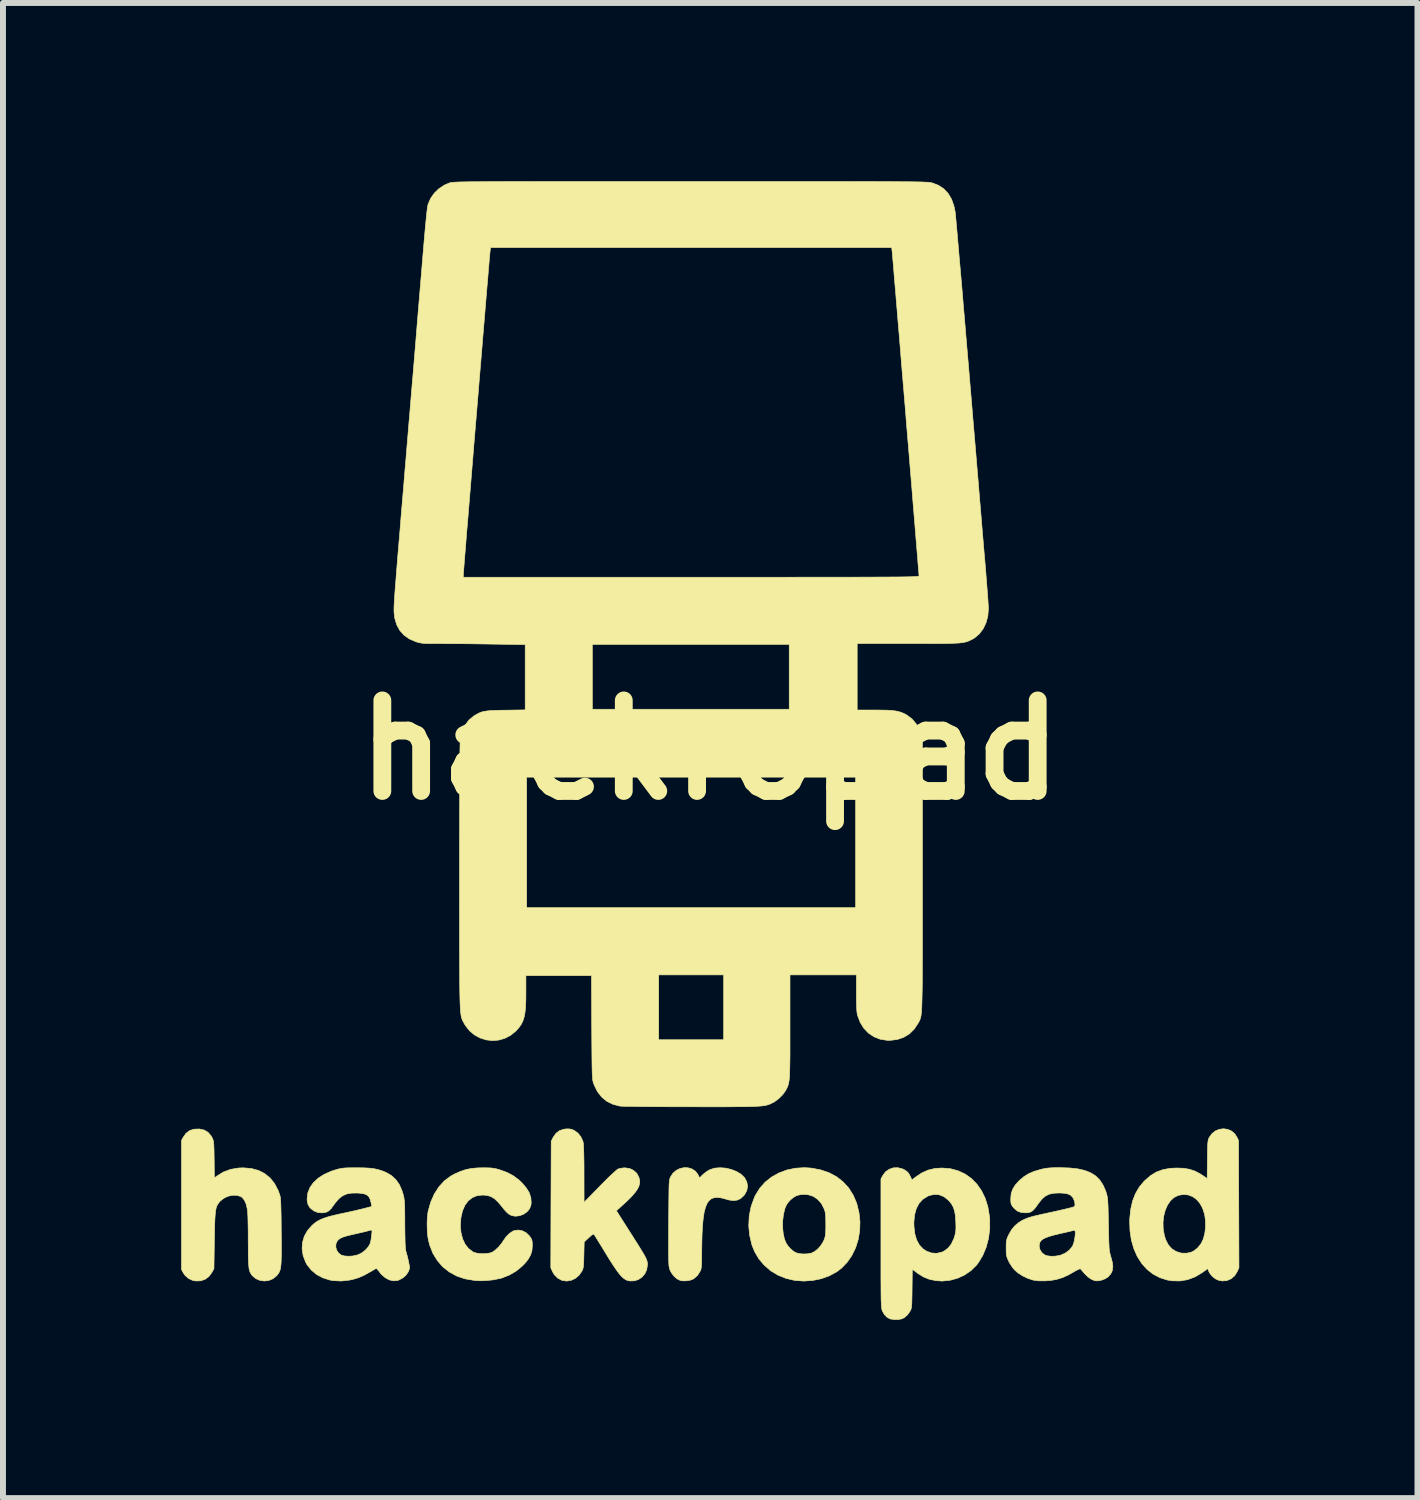
<source format=kicad_pcb>
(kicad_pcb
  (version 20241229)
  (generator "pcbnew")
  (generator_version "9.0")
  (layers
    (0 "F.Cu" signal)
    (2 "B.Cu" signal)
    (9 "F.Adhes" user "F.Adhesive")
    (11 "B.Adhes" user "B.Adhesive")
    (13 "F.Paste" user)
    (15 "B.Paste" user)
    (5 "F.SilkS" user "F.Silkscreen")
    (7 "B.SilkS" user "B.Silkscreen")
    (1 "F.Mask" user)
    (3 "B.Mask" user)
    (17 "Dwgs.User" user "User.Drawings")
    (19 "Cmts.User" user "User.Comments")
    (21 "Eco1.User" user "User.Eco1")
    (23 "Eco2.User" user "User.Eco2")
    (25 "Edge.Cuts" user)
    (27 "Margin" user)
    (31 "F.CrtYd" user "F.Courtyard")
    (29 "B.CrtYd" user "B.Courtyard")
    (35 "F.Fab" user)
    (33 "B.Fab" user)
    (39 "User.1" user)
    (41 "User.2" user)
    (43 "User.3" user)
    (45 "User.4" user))
  (footprint "hackropad"
    (layer "F.Cu")
    (at 8.901 9.574)
    (property "Reference" "hackropad" (at 0 0 0) (layer "F.SilkS") (effects (font (size 1.524 1.524) (thickness 0.3))))
    (attr through_hole)
    (fp_poly (pts (xy -0.37 7.032) (xy -0.306 7.051) (xy -0.249 7.087) (xy -0.206 7.141) (xy -0.198 7.156) (xy -0.176 7.202) (xy -0.123 7.149) (xy -0.079 7.112) (xy -0.027 7.077) (xy 0 7.063) (xy 0.079 7.038) (xy 0.169 7.031) (xy 0.264 7.038) (xy 0.358 7.06) (xy 0.445 7.094) (xy 0.521 7.14) (xy 0.579 7.196) (xy 0.584 7.203) (xy 0.62 7.272) (xy 0.632 7.344) (xy 0.619 7.416) (xy 0.582 7.484) (xy 0.568 7.501) (xy 0.518 7.548) (xy 0.462 7.575) (xy 0.399 7.584) (xy 0.323 7.575) (xy 0.262 7.558) (xy 0.19 7.539) (xy 0.127 7.531) (xy 0.072 7.535) (xy 0.024 7.552) (xy -0.016 7.584) (xy -0.049 7.631) (xy -0.076 7.696) (xy -0.098 7.778) (xy -0.114 7.88) (xy -0.126 8.002) (xy -0.134 8.147) (xy -0.138 8.314) (xy -0.14 8.471) (xy -0.14 8.559) (xy -0.141 8.626) (xy -0.144 8.676) (xy -0.147 8.713) (xy -0.153 8.74) (xy -0.16 8.762) (xy -0.164 8.769) (xy -0.209 8.842) (xy -0.27 8.896) (xy -0.292 8.909) (xy -0.341 8.926) (xy -0.403 8.935) (xy -0.463 8.935) (xy -0.502 8.928) (xy -0.56 8.899) (xy -0.613 8.85) (xy -0.656 8.79) (xy -0.673 8.754) (xy -0.679 8.738) (xy -0.683 8.722) (xy -0.687 8.704) (xy -0.691 8.682) (xy -0.693 8.652) (xy -0.695 8.614) (xy -0.696 8.565) (xy -0.697 8.504) (xy -0.698 8.426) (xy -0.697 8.332) (xy -0.697 8.218) (xy -0.697 8.083) (xy -0.696 7.964) (xy -0.695 7.811) (xy -0.694 7.681) (xy -0.693 7.572) (xy -0.692 7.482) (xy -0.691 7.409) (xy -0.69 7.351) (xy -0.688 7.305) (xy -0.685 7.271) (xy -0.682 7.245) (xy -0.679 7.225) (xy -0.674 7.209) (xy -0.669 7.196) (xy -0.666 7.188) (xy -0.624 7.124) (xy -0.57 7.077) (xy -0.507 7.045) (xy -0.439 7.03) (xy -0.37 7.032)) (stroke (width 0.01) (type solid)) (fill yes) (layer "F.SilkS"))
    (fp_poly (pts (xy 1.701 7.037) (xy 1.858 7.066) (xy 2.001 7.114) (xy 2.129 7.182) (xy 2.24 7.269) (xy 2.335 7.373) (xy 2.411 7.494) (xy 2.469 7.63) (xy 2.471 7.638) (xy 2.508 7.79) (xy 2.524 7.943) (xy 2.519 8.094) (xy 2.494 8.24) (xy 2.451 8.378) (xy 2.389 8.506) (xy 2.31 8.621) (xy 2.215 8.72) (xy 2.135 8.781) (xy 2.011 8.849) (xy 1.873 8.899) (xy 1.727 8.929) (xy 1.576 8.939) (xy 1.428 8.928) (xy 1.282 8.895) (xy 1.145 8.84) (xy 1.022 8.766) (xy 0.914 8.673) (xy 0.822 8.565) (xy 0.75 8.442) (xy 0.705 8.33) (xy 0.667 8.168) (xy 0.654 8.035) (xy 1.222 8.035) (xy 1.232 8.138) (xy 1.252 8.229) (xy 1.279 8.297) (xy 1.312 8.347) (xy 1.357 8.398) (xy 1.407 8.439) (xy 1.441 8.46) (xy 1.495 8.476) (xy 1.563 8.483) (xy 1.634 8.481) (xy 1.7 8.47) (xy 1.707 8.468) (xy 1.76 8.442) (xy 1.815 8.398) (xy 1.865 8.341) (xy 1.905 8.277) (xy 1.919 8.248) (xy 1.931 8.216) (xy 1.939 8.185) (xy 1.944 8.15) (xy 1.947 8.106) (xy 1.949 8.046) (xy 1.949 7.982) (xy 1.948 7.905) (xy 1.947 7.848) (xy 1.943 7.806) (xy 1.937 7.772) (xy 1.928 7.742) (xy 1.92 7.721) (xy 1.874 7.632) (xy 1.812 7.563) (xy 1.739 7.513) (xy 1.655 7.486) (xy 1.595 7.48) (xy 1.516 7.485) (xy 1.452 7.503) (xy 1.396 7.536) (xy 1.35 7.576) (xy 1.309 7.622) (xy 1.281 7.667) (xy 1.259 7.723) (xy 1.257 7.729) (xy 1.235 7.824) (xy 1.223 7.928) (xy 1.222 8.035) (xy 0.654 8.035) (xy 0.652 8.004) (xy 0.66 7.841) (xy 0.692 7.683) (xy 0.747 7.531) (xy 0.765 7.493) (xy 0.838 7.376) (xy 0.929 7.273) (xy 1.038 7.187) (xy 1.16 7.119) (xy 1.294 7.069) (xy 1.438 7.039) (xy 1.59 7.03) (xy 1.701 7.037)) (stroke (width 0.01) (type solid)) (fill yes) (layer "F.SilkS"))
    (fp_poly (pts (xy 8.713 6.385) (xy 8.777 6.413) (xy 8.832 6.459) (xy 8.867 6.513) (xy 8.896 6.572) (xy 8.903 8.715) (xy 8.872 8.783) (xy 8.828 8.852) (xy 8.769 8.901) (xy 8.699 8.931) (xy 8.622 8.937) (xy 8.563 8.927) (xy 8.505 8.9) (xy 8.451 8.856) (xy 8.409 8.803) (xy 8.394 8.773) (xy 8.378 8.729) (xy 8.285 8.796) (xy 8.165 8.868) (xy 8.039 8.915) (xy 7.909 8.937) (xy 7.775 8.934) (xy 7.696 8.921) (xy 7.57 8.881) (xy 7.455 8.82) (xy 7.353 8.739) (xy 7.265 8.64) (xy 7.191 8.524) (xy 7.134 8.394) (xy 7.092 8.249) (xy 7.069 8.093) (xy 7.064 7.953) (xy 7.625 7.953) (xy 7.628 8.061) (xy 7.647 8.169) (xy 7.67 8.244) (xy 7.714 8.329) (xy 7.774 8.396) (xy 7.847 8.442) (xy 7.931 8.468) (xy 8.021 8.47) (xy 8.095 8.455) (xy 8.143 8.432) (xy 8.196 8.391) (xy 8.213 8.375) (xy 8.266 8.308) (xy 8.305 8.227) (xy 8.329 8.129) (xy 8.34 8.038) (xy 8.34 7.921) (xy 8.324 7.813) (xy 8.293 7.717) (xy 8.249 7.635) (xy 8.193 7.568) (xy 8.127 7.519) (xy 8.053 7.49) (xy 7.972 7.481) (xy 7.886 7.495) (xy 7.877 7.498) (xy 7.807 7.534) (xy 7.747 7.591) (xy 7.698 7.664) (xy 7.661 7.751) (xy 7.636 7.849) (xy 7.625 7.953) (xy 7.064 7.953) (xy 7.064 7.926) (xy 7.065 7.887) (xy 7.081 7.73) (xy 7.113 7.59) (xy 7.161 7.467) (xy 7.226 7.356) (xy 7.309 7.256) (xy 7.315 7.251) (xy 7.412 7.166) (xy 7.513 7.104) (xy 7.624 7.063) (xy 7.747 7.041) (xy 7.851 7.036) (xy 7.966 7.04) (xy 8.064 7.056) (xy 8.153 7.084) (xy 8.238 7.127) (xy 8.295 7.163) (xy 8.368 7.213) (xy 8.372 6.892) (xy 8.373 6.793) (xy 8.374 6.716) (xy 8.376 6.658) (xy 8.379 6.614) (xy 8.383 6.582) (xy 8.387 6.559) (xy 8.394 6.54) (xy 8.402 6.522) (xy 8.404 6.52) (xy 8.45 6.456) (xy 8.508 6.411) (xy 8.575 6.384) (xy 8.644 6.375) (xy 8.713 6.385)) (stroke (width 0.01) (type solid)) (fill yes) (layer "F.SilkS"))
    (fp_poly (pts (xy -2.328 6.385) (xy -2.287 6.403) (xy -2.286 6.403) (xy -2.223 6.449) (xy -2.173 6.512) (xy -2.14 6.585) (xy -2.135 6.604) (xy -2.131 6.636) (xy -2.128 6.691) (xy -2.125 6.768) (xy -2.123 6.864) (xy -2.121 6.978) (xy -2.121 7.108) (xy -2.121 7.141) (xy -2.12 7.614) (xy -1.857 7.345) (xy -1.788 7.275) (xy -1.724 7.211) (xy -1.665 7.155) (xy -1.615 7.108) (xy -1.578 7.075) (xy -1.554 7.056) (xy -1.551 7.054) (xy -1.508 7.041) (xy -1.454 7.034) (xy -1.433 7.033) (xy -1.354 7.044) (xy -1.287 7.076) (xy -1.233 7.125) (xy -1.198 7.189) (xy -1.184 7.246) (xy -1.184 7.293) (xy -1.197 7.341) (xy -1.222 7.392) (xy -1.263 7.45) (xy -1.32 7.515) (xy -1.396 7.591) (xy -1.471 7.66) (xy -1.576 7.755) (xy -1.342 8.123) (xy -1.272 8.233) (xy -1.214 8.324) (xy -1.168 8.399) (xy -1.131 8.459) (xy -1.103 8.507) (xy -1.083 8.545) (xy -1.07 8.575) (xy -1.061 8.6) (xy -1.056 8.622) (xy -1.054 8.643) (xy -1.054 8.666) (xy -1.054 8.669) (xy -1.065 8.747) (xy -1.097 8.816) (xy -1.145 8.872) (xy -1.205 8.913) (xy -1.275 8.935) (xy -1.35 8.937) (xy -1.389 8.929) (xy -1.421 8.915) (xy -1.454 8.893) (xy -1.49 8.86) (xy -1.53 8.814) (xy -1.575 8.753) (xy -1.628 8.675) (xy -1.69 8.579) (xy -1.751 8.479) (xy -1.799 8.4) (xy -1.844 8.327) (xy -1.883 8.263) (xy -1.915 8.212) (xy -1.937 8.176) (xy -1.948 8.159) (xy -1.949 8.159) (xy -1.958 8.15) (xy -1.971 8.152) (xy -1.992 8.165) (xy -2.024 8.194) (xy -2.041 8.209) (xy -2.118 8.281) (xy -2.123 8.5) (xy -2.125 8.581) (xy -2.128 8.642) (xy -2.131 8.687) (xy -2.136 8.719) (xy -2.143 8.744) (xy -2.153 8.766) (xy -2.155 8.77) (xy -2.204 8.84) (xy -2.266 8.893) (xy -2.336 8.926) (xy -2.411 8.939) (xy -2.486 8.929) (xy -2.496 8.925) (xy -2.565 8.888) (xy -2.621 8.831) (xy -2.65 8.782) (xy -2.68 8.715) (xy -2.677 7.65) (xy -2.673 6.585) (xy -2.641 6.521) (xy -2.594 6.454) (xy -2.535 6.408) (xy -2.461 6.383) (xy -2.422 6.378) (xy -2.369 6.378) (xy -2.328 6.385)) (stroke (width 0.01) (type solid)) (fill yes) (layer "F.SilkS"))
    (fp_poly (pts (xy -8.594 6.379) (xy -8.514 6.397) (xy -8.449 6.436) (xy -8.397 6.496) (xy -8.383 6.521) (xy -8.373 6.542) (xy -8.365 6.561) (xy -8.359 6.583) (xy -8.355 6.611) (xy -8.352 6.649) (xy -8.35 6.7) (xy -8.348 6.767) (xy -8.347 6.856) (xy -8.346 6.894) (xy -8.343 7.203) (xy -8.302 7.172) (xy -8.193 7.105) (xy -8.071 7.059) (xy -7.937 7.036) (xy -7.856 7.033) (xy -7.722 7.044) (xy -7.602 7.076) (xy -7.497 7.129) (xy -7.406 7.203) (xy -7.33 7.297) (xy -7.27 7.412) (xy -7.245 7.48) (xy -7.239 7.5) (xy -7.234 7.522) (xy -7.23 7.551) (xy -7.227 7.587) (xy -7.225 7.634) (xy -7.223 7.695) (xy -7.221 7.771) (xy -7.219 7.865) (xy -7.218 7.98) (xy -7.217 8.105) (xy -7.215 8.251) (xy -7.215 8.374) (xy -7.215 8.476) (xy -7.217 8.559) (xy -7.219 8.627) (xy -7.224 8.681) (xy -7.23 8.724) (xy -7.239 8.759) (xy -7.25 8.786) (xy -7.263 8.81) (xy -7.28 8.832) (xy -7.297 8.852) (xy -7.357 8.9) (xy -7.427 8.929) (xy -7.501 8.938) (xy -7.575 8.928) (xy -7.643 8.899) (xy -7.701 8.851) (xy -7.713 8.837) (xy -7.728 8.815) (xy -7.74 8.793) (xy -7.75 8.766) (xy -7.758 8.733) (xy -7.763 8.69) (xy -7.767 8.636) (xy -7.77 8.567) (xy -7.772 8.48) (xy -7.772 8.373) (xy -7.773 8.261) (xy -7.773 8.155) (xy -7.774 8.052) (xy -7.776 7.957) (xy -7.778 7.874) (xy -7.781 7.807) (xy -7.784 7.759) (xy -7.786 7.741) (xy -7.805 7.651) (xy -7.835 7.581) (xy -7.874 7.532) (xy -7.899 7.515) (xy -7.966 7.495) (xy -8.04 7.495) (xy -8.116 7.512) (xy -8.186 7.546) (xy -8.246 7.594) (xy -8.255 7.605) (xy -8.274 7.629) (xy -8.29 7.653) (xy -8.303 7.68) (xy -8.313 7.711) (xy -8.321 7.751) (xy -8.327 7.801) (xy -8.332 7.864) (xy -8.336 7.942) (xy -8.339 8.039) (xy -8.341 8.156) (xy -8.343 8.255) (xy -8.35 8.731) (xy -8.385 8.795) (xy -8.436 8.863) (xy -8.5 8.91) (xy -8.575 8.935) (xy -8.657 8.937) (xy -8.712 8.926) (xy -8.779 8.894) (xy -8.837 8.843) (xy -8.868 8.797) (xy -8.896 8.744) (xy -8.896 6.572) (xy -8.868 6.52) (xy -8.82 6.452) (xy -8.759 6.406) (xy -8.684 6.382) (xy -8.597 6.379) (xy -8.594 6.379)) (stroke (width 0.01) (type solid)) (fill yes) (layer "F.SilkS"))
    (fp_poly (pts (xy -3.747 7.033) (xy -3.689 7.035) (xy -3.642 7.041) (xy -3.596 7.05) (xy -3.546 7.064) (xy -3.537 7.067) (xy -3.415 7.111) (xy -3.31 7.167) (xy -3.216 7.238) (xy -3.169 7.282) (xy -3.093 7.37) (xy -3.042 7.454) (xy -3.015 7.539) (xy -3.01 7.625) (xy -3.015 7.664) (xy -3.038 7.723) (xy -3.081 7.774) (xy -3.139 7.814) (xy -3.205 7.839) (xy -3.275 7.847) (xy -3.287 7.846) (xy -3.333 7.837) (xy -3.374 7.82) (xy -3.414 7.789) (xy -3.458 7.742) (xy -3.505 7.683) (xy -3.569 7.607) (xy -3.628 7.552) (xy -3.688 7.516) (xy -3.753 7.497) (xy -3.827 7.491) (xy -3.829 7.491) (xy -3.923 7.502) (xy -4.004 7.536) (xy -4.072 7.591) (xy -4.127 7.666) (xy -4.167 7.76) (xy -4.193 7.874) (xy -4.194 7.886) (xy -4.202 8.011) (xy -4.191 8.126) (xy -4.164 8.23) (xy -4.122 8.319) (xy -4.064 8.392) (xy -3.993 8.446) (xy -3.98 8.453) (xy -3.931 8.468) (xy -3.867 8.477) (xy -3.798 8.478) (xy -3.732 8.472) (xy -3.679 8.459) (xy -3.669 8.455) (xy -3.614 8.418) (xy -3.558 8.365) (xy -3.506 8.302) (xy -3.479 8.26) (xy -3.432 8.193) (xy -3.376 8.137) (xy -3.318 8.099) (xy -3.296 8.09) (xy -3.227 8.08) (xy -3.158 8.093) (xy -3.094 8.126) (xy -3.04 8.179) (xy -3.032 8.19) (xy -3.01 8.223) (xy -2.998 8.252) (xy -2.992 8.287) (xy -2.991 8.335) (xy -2.991 8.344) (xy -2.997 8.424) (xy -3.019 8.497) (xy -3.058 8.568) (xy -3.116 8.641) (xy -3.155 8.681) (xy -3.262 8.77) (xy -3.383 8.84) (xy -3.515 8.891) (xy -3.653 8.919) (xy -3.672 8.921) (xy -3.749 8.928) (xy -3.808 8.932) (xy -3.856 8.934) (xy -3.9 8.933) (xy -3.946 8.93) (xy -3.972 8.927) (xy -4.125 8.901) (xy -4.264 8.854) (xy -4.388 8.786) (xy -4.497 8.7) (xy -4.589 8.595) (xy -4.663 8.474) (xy -4.718 8.336) (xy -4.742 8.24) (xy -4.754 8.162) (xy -4.76 8.069) (xy -4.762 7.971) (xy -4.758 7.876) (xy -4.749 7.793) (xy -4.744 7.763) (xy -4.701 7.61) (xy -4.641 7.474) (xy -4.564 7.354) (xy -4.472 7.253) (xy -4.364 7.172) (xy -4.302 7.138) (xy -4.203 7.094) (xy -4.109 7.062) (xy -4.014 7.043) (xy -3.909 7.034) (xy -3.823 7.032) (xy -3.747 7.033)) (stroke (width 0.01) (type solid)) (fill yes) (layer "F.SilkS"))
    (fp_poly (pts (xy 3.241 7.051) (xy 3.264 7.062) (xy 3.311 7.091) (xy 3.345 7.128) (xy 3.374 7.182) (xy 3.375 7.184) (xy 3.399 7.237) (xy 3.455 7.192) (xy 3.562 7.12) (xy 3.671 7.071) (xy 3.788 7.043) (xy 3.904 7.036) (xy 4.044 7.047) (xy 4.174 7.082) (xy 4.293 7.137) (xy 4.399 7.212) (xy 4.492 7.307) (xy 4.57 7.418) (xy 4.632 7.546) (xy 4.677 7.69) (xy 4.703 7.847) (xy 4.708 7.902) (xy 4.708 8.063) (xy 4.688 8.219) (xy 4.649 8.368) (xy 4.592 8.505) (xy 4.519 8.627) (xy 4.485 8.671) (xy 4.393 8.762) (xy 4.284 8.837) (xy 4.164 8.892) (xy 4.037 8.926) (xy 3.905 8.939) (xy 3.798 8.931) (xy 3.69 8.908) (xy 3.595 8.87) (xy 3.502 8.813) (xy 3.484 8.799) (xy 3.405 8.74) (xy 3.401 9.066) (xy 3.4 9.166) (xy 3.398 9.244) (xy 3.397 9.304) (xy 3.394 9.348) (xy 3.391 9.38) (xy 3.386 9.404) (xy 3.379 9.423) (xy 3.371 9.44) (xy 3.37 9.442) (xy 3.326 9.505) (xy 3.275 9.552) (xy 3.225 9.576) (xy 3.167 9.586) (xy 3.101 9.586) (xy 3.041 9.578) (xy 3.03 9.575) (xy 2.979 9.548) (xy 2.934 9.501) (xy 2.9 9.441) (xy 2.899 9.437) (xy 2.895 9.425) (xy 2.892 9.411) (xy 2.889 9.393) (xy 2.886 9.369) (xy 2.884 9.338) (xy 2.882 9.297) (xy 2.88 9.246) (xy 2.879 9.182) (xy 2.878 9.104) (xy 2.878 9.01) (xy 2.877 8.899) (xy 2.877 8.769) (xy 2.877 8.617) (xy 2.877 8.444) (xy 2.877 8.299) (xy 2.877 7.949) (xy 3.431 7.949) (xy 3.433 8.02) (xy 3.447 8.144) (xy 3.478 8.248) (xy 3.525 8.333) (xy 3.588 8.399) (xy 3.643 8.435) (xy 3.728 8.466) (xy 3.814 8.472) (xy 3.9 8.453) (xy 3.937 8.436) (xy 4.006 8.386) (xy 4.062 8.315) (xy 4.106 8.221) (xy 4.116 8.19) (xy 4.128 8.146) (xy 4.135 8.106) (xy 4.139 8.06) (xy 4.139 8.002) (xy 4.137 7.947) (xy 4.131 7.846) (xy 4.118 7.766) (xy 4.097 7.699) (xy 4.066 7.642) (xy 4.023 7.589) (xy 4.008 7.574) (xy 3.937 7.518) (xy 3.86 7.487) (xy 3.778 7.48) (xy 3.694 7.498) (xy 3.664 7.51) (xy 3.582 7.562) (xy 3.518 7.632) (xy 3.472 7.719) (xy 3.443 7.825) (xy 3.431 7.949) (xy 2.877 7.949) (xy 2.877 7.22) (xy 2.905 7.167) (xy 2.952 7.102) (xy 3.014 7.058) (xy 3.085 7.033) (xy 3.162 7.031) (xy 3.241 7.051)) (stroke (width 0.01) (type solid)) (fill yes) (layer "F.SilkS"))
    (fp_poly (pts (xy -5.832 7.033) (xy -5.735 7.038) (xy -5.653 7.048) (xy -5.581 7.064) (xy -5.515 7.085) (xy -5.452 7.111) (xy -5.362 7.163) (xy -5.29 7.229) (xy -5.232 7.31) (xy -5.187 7.411) (xy -5.166 7.476) (xy -5.159 7.506) (xy -5.152 7.535) (xy -5.148 7.567) (xy -5.144 7.605) (xy -5.141 7.652) (xy -5.139 7.712) (xy -5.138 7.788) (xy -5.137 7.884) (xy -5.137 7.982) (xy -5.136 8.1) (xy -5.134 8.195) (xy -5.133 8.271) (xy -5.13 8.331) (xy -5.127 8.377) (xy -5.123 8.412) (xy -5.118 8.44) (xy -5.113 8.458) (xy -5.099 8.507) (xy -5.084 8.568) (xy -5.072 8.624) (xy -5.062 8.674) (xy -5.058 8.707) (xy -5.06 8.733) (xy -5.069 8.759) (xy -5.077 8.779) (xy -5.115 8.837) (xy -5.171 8.886) (xy -5.238 8.922) (xy -5.261 8.929) (xy -5.33 8.935) (xy -5.401 8.918) (xy -5.47 8.88) (xy -5.535 8.823) (xy -5.576 8.77) (xy -5.597 8.743) (xy -5.612 8.727) (xy -5.615 8.725) (xy -5.628 8.731) (xy -5.658 8.748) (xy -5.699 8.772) (xy -5.727 8.788) (xy -5.826 8.843) (xy -5.917 8.882) (xy -6.01 8.91) (xy -6.071 8.923) (xy -6.207 8.938) (xy -6.335 8.932) (xy -6.401 8.921) (xy -6.518 8.884) (xy -6.623 8.828) (xy -6.711 8.754) (xy -6.781 8.666) (xy -6.807 8.62) (xy -6.849 8.509) (xy -6.866 8.398) (xy -6.864 8.366) (xy -6.299 8.366) (xy -6.284 8.42) (xy -6.252 8.467) (xy -6.209 8.5) (xy -6.155 8.516) (xy -6.087 8.521) (xy -6.013 8.517) (xy -5.942 8.501) (xy -5.922 8.495) (xy -5.857 8.462) (xy -5.798 8.415) (xy -5.75 8.361) (xy -5.72 8.305) (xy -5.718 8.299) (xy -5.709 8.259) (xy -5.7 8.207) (xy -5.695 8.161) (xy -5.69 8.116) (xy -5.69 8.09) (xy -5.695 8.08) (xy -5.706 8.08) (xy -5.71 8.081) (xy -5.75 8.092) (xy -5.803 8.106) (xy -5.872 8.122) (xy -5.962 8.143) (xy -6.003 8.152) (xy -6.087 8.172) (xy -6.151 8.189) (xy -6.197 8.206) (xy -6.231 8.224) (xy -6.257 8.245) (xy -6.273 8.263) (xy -6.296 8.311) (xy -6.299 8.366) (xy -6.864 8.366) (xy -6.859 8.289) (xy -6.829 8.185) (xy -6.775 8.089) (xy -6.704 8.007) (xy -6.66 7.968) (xy -6.614 7.935) (xy -6.563 7.907) (xy -6.503 7.882) (xy -6.43 7.858) (xy -6.339 7.834) (xy -6.229 7.809) (xy -6.209 7.805) (xy -6.106 7.783) (xy -6.022 7.764) (xy -5.95 7.748) (xy -5.884 7.732) (xy -5.818 7.716) (xy -5.746 7.697) (xy -5.739 7.695) (xy -5.693 7.683) (xy -5.703 7.629) (xy -5.719 7.565) (xy -5.742 7.52) (xy -5.776 7.489) (xy -5.825 7.47) (xy -5.893 7.46) (xy -5.932 7.457) (xy -6.031 7.458) (xy -6.112 7.472) (xy -6.182 7.502) (xy -6.245 7.55) (xy -6.305 7.619) (xy -6.338 7.665) (xy -6.381 7.723) (xy -6.421 7.76) (xy -6.465 7.782) (xy -6.518 7.79) (xy -6.551 7.79) (xy -6.61 7.782) (xy -6.664 7.759) (xy -6.676 7.752) (xy -6.732 7.707) (xy -6.766 7.652) (xy -6.781 7.583) (xy -6.782 7.554) (xy -6.77 7.456) (xy -6.734 7.365) (xy -6.675 7.282) (xy -6.595 7.207) (xy -6.495 7.143) (xy -6.376 7.09) (xy -6.28 7.059) (xy -6.238 7.049) (xy -6.198 7.041) (xy -6.153 7.036) (xy -6.099 7.033) (xy -6.029 7.032) (xy -5.95 7.032) (xy -5.832 7.033)) (stroke (width 0.01) (type solid)) (fill yes) (layer "F.SilkS"))
    (fp_poly (pts (xy 6.052 7.035) (xy 6.19 7.05) (xy 6.308 7.077) (xy 6.407 7.116) (xy 6.49 7.168) (xy 6.558 7.235) (xy 6.612 7.316) (xy 6.656 7.413) (xy 6.664 7.437) (xy 6.673 7.464) (xy 6.68 7.49) (xy 6.686 7.516) (xy 6.691 7.546) (xy 6.694 7.584) (xy 6.697 7.631) (xy 6.7 7.692) (xy 6.702 7.769) (xy 6.704 7.865) (xy 6.706 7.982) (xy 6.709 8.1) (xy 6.711 8.197) (xy 6.713 8.274) (xy 6.716 8.335) (xy 6.718 8.382) (xy 6.722 8.421) (xy 6.727 8.452) (xy 6.733 8.48) (xy 6.74 8.507) (xy 6.748 8.534) (xy 6.772 8.625) (xy 6.78 8.699) (xy 6.772 8.761) (xy 6.747 8.815) (xy 6.704 8.864) (xy 6.696 8.872) (xy 6.65 8.901) (xy 6.592 8.923) (xy 6.532 8.935) (xy 6.484 8.934) (xy 6.424 8.912) (xy 6.361 8.869) (xy 6.301 8.81) (xy 6.293 8.801) (xy 6.266 8.768) (xy 6.244 8.743) (xy 6.236 8.733) (xy 6.221 8.734) (xy 6.191 8.747) (xy 6.15 8.768) (xy 6.132 8.779) (xy 6.028 8.838) (xy 5.934 8.88) (xy 5.841 8.909) (xy 5.744 8.927) (xy 5.645 8.935) (xy 5.534 8.935) (xy 5.445 8.924) (xy 5.439 8.922) (xy 5.351 8.894) (xy 5.263 8.852) (xy 5.183 8.801) (xy 5.124 8.749) (xy 5.087 8.703) (xy 5.05 8.647) (xy 5.025 8.601) (xy 5.007 8.56) (xy 4.995 8.526) (xy 4.988 8.491) (xy 4.985 8.447) (xy 4.985 8.386) (xy 4.985 8.381) (xy 4.985 8.349) (xy 5.54 8.349) (xy 5.552 8.406) (xy 5.583 8.457) (xy 5.63 8.497) (xy 5.675 8.513) (xy 5.736 8.521) (xy 5.806 8.52) (xy 5.876 8.509) (xy 5.903 8.502) (xy 5.981 8.468) (xy 6.049 8.417) (xy 6.099 8.355) (xy 6.106 8.342) (xy 6.12 8.305) (xy 6.132 8.259) (xy 6.141 8.209) (xy 6.147 8.161) (xy 6.148 8.12) (xy 6.144 8.092) (xy 6.135 8.083) (xy 6.133 8.083) (xy 6.115 8.088) (xy 6.077 8.097) (xy 6.023 8.11) (xy 5.957 8.125) (xy 5.896 8.139) (xy 5.792 8.164) (xy 5.71 8.187) (xy 5.648 8.21) (xy 5.603 8.233) (xy 5.572 8.258) (xy 5.553 8.287) (xy 5.55 8.293) (xy 5.54 8.349) (xy 4.985 8.349) (xy 4.985 8.32) (xy 4.988 8.276) (xy 4.994 8.242) (xy 5.005 8.208) (xy 5.024 8.168) (xy 5.033 8.15) (xy 5.077 8.073) (xy 5.128 8.012) (xy 5.147 7.995) (xy 5.194 7.956) (xy 5.243 7.924) (xy 5.298 7.897) (xy 5.362 7.872) (xy 5.44 7.849) (xy 5.537 7.826) (xy 5.607 7.81) (xy 5.743 7.781) (xy 5.86 7.755) (xy 5.959 7.732) (xy 6.036 7.714) (xy 6.093 7.699) (xy 6.125 7.688) (xy 6.132 7.685) (xy 6.143 7.665) (xy 6.142 7.63) (xy 6.132 7.587) (xy 6.114 7.545) (xy 6.104 7.529) (xy 6.073 7.496) (xy 6.028 7.474) (xy 5.967 7.461) (xy 5.885 7.456) (xy 5.879 7.456) (xy 5.787 7.46) (xy 5.711 7.476) (xy 5.647 7.507) (xy 5.589 7.556) (xy 5.532 7.627) (xy 5.515 7.651) (xy 5.473 7.709) (xy 5.437 7.749) (xy 5.403 7.773) (xy 5.365 7.786) (xy 5.317 7.79) (xy 5.304 7.79) (xy 5.233 7.783) (xy 5.175 7.761) (xy 5.124 7.719) (xy 5.1 7.692) (xy 5.08 7.664) (xy 5.068 7.638) (xy 5.063 7.607) (xy 5.062 7.56) (xy 5.062 7.551) (xy 5.069 7.469) (xy 5.093 7.396) (xy 5.135 7.326) (xy 5.199 7.254) (xy 5.213 7.241) (xy 5.284 7.181) (xy 5.363 7.132) (xy 5.454 7.093) (xy 5.565 7.06) (xy 5.573 7.058) (xy 5.622 7.047) (xy 5.669 7.039) (xy 5.721 7.034) (xy 5.783 7.031) (xy 5.863 7.03) (xy 5.893 7.03) (xy 6.052 7.035)) (stroke (width 0.01) (type solid)) (fill yes) (layer "F.SilkS"))
    (fp_poly (pts (xy 0.047 -9.569) (xy 0.4 -9.569) (xy 0.729 -9.569) (xy 1.035 -9.569) (xy 1.319 -9.569) (xy 1.582 -9.569) (xy 1.824 -9.569) (xy 2.048 -9.569) (xy 2.252 -9.569) (xy 2.439 -9.568) (xy 2.609 -9.568) (xy 2.762 -9.568) (xy 2.901 -9.567) (xy 3.025 -9.567) (xy 3.135 -9.566) (xy 3.233 -9.565) (xy 3.319 -9.565) (xy 3.394 -9.564) (xy 3.458 -9.563) (xy 3.514 -9.562) (xy 3.561 -9.561) (xy 3.6 -9.559) (xy 3.632 -9.558) (xy 3.659 -9.557) (xy 3.68 -9.555) (xy 3.697 -9.553) (xy 3.711 -9.551) (xy 3.722 -9.549) (xy 3.732 -9.547) (xy 3.738 -9.546) (xy 3.845 -9.505) (xy 3.934 -9.446) (xy 4.008 -9.368) (xy 4.065 -9.272) (xy 4.106 -9.156) (xy 4.127 -9.053) (xy 4.129 -9.032) (xy 4.134 -8.986) (xy 4.14 -8.918) (xy 4.148 -8.827) (xy 4.158 -8.717) (xy 4.169 -8.587) (xy 4.182 -8.439) (xy 4.196 -8.274) (xy 4.212 -8.093) (xy 4.229 -7.898) (xy 4.247 -7.69) (xy 4.265 -7.47) (xy 4.285 -7.239) (xy 4.305 -6.999) (xy 4.326 -6.75) (xy 4.348 -6.494) (xy 4.369 -6.242) (xy 4.392 -5.973) (xy 4.414 -5.707) (xy 4.436 -5.444) (xy 4.458 -5.186) (xy 4.479 -4.935) (xy 4.499 -4.692) (xy 4.519 -4.459) (xy 4.537 -4.236) (xy 4.555 -4.027) (xy 4.571 -3.831) (xy 4.586 -3.65) (xy 4.6 -3.487) (xy 4.612 -3.342) (xy 4.623 -3.217) (xy 4.632 -3.113) (xy 4.638 -3.033) (xy 4.642 -2.993) (xy 4.651 -2.876) (xy 4.66 -2.763) (xy 4.668 -2.659) (xy 4.675 -2.566) (xy 4.68 -2.487) (xy 4.684 -2.426) (xy 4.686 -2.386) (xy 4.686 -2.377) (xy 4.676 -2.254) (xy 4.646 -2.142) (xy 4.598 -2.041) (xy 4.534 -1.956) (xy 4.455 -1.888) (xy 4.41 -1.862) (xy 4.383 -1.849) (xy 4.358 -1.837) (xy 4.333 -1.827) (xy 4.305 -1.819) (xy 4.274 -1.812) (xy 4.236 -1.806) (xy 4.191 -1.801) (xy 4.135 -1.798) (xy 4.068 -1.795) (xy 3.986 -1.793) (xy 3.889 -1.792) (xy 3.774 -1.791) (xy 3.639 -1.791) (xy 3.482 -1.791) (xy 3.335 -1.791) (xy 2.477 -1.791) (xy 2.477 -0.673) (xy 2.769 -0.673) (xy 2.888 -0.672) (xy 2.985 -0.67) (xy 3.064 -0.665) (xy 3.13 -0.656) (xy 3.185 -0.644) (xy 3.233 -0.628) (xy 3.279 -0.607) (xy 3.317 -0.585) (xy 3.403 -0.52) (xy 3.474 -0.435) (xy 3.528 -0.337) (xy 3.546 -0.289) (xy 3.575 -0.197) (xy 3.575 2.095) (xy 3.575 2.383) (xy 3.575 2.647) (xy 3.575 2.887) (xy 3.575 3.105) (xy 3.575 3.303) (xy 3.575 3.48) (xy 3.574 3.639) (xy 3.574 3.781) (xy 3.573 3.906) (xy 3.572 4.016) (xy 3.57 4.111) (xy 3.568 4.194) (xy 3.566 4.265) (xy 3.564 4.325) (xy 3.561 4.376) (xy 3.558 4.418) (xy 3.554 4.452) (xy 3.55 4.481) (xy 3.545 4.504) (xy 3.539 4.524) (xy 3.533 4.54) (xy 3.526 4.555) (xy 3.519 4.569) (xy 3.511 4.584) (xy 3.502 4.6) (xy 3.437 4.698) (xy 3.357 4.777) (xy 3.262 4.835) (xy 3.155 4.872) (xy 3.037 4.887) (xy 2.975 4.886) (xy 2.861 4.867) (xy 2.758 4.826) (xy 2.666 4.764) (xy 2.589 4.683) (xy 2.528 4.585) (xy 2.485 4.471) (xy 2.483 4.464) (xy 2.476 4.43) (xy 2.471 4.388) (xy 2.468 4.333) (xy 2.465 4.262) (xy 2.464 4.172) (xy 2.464 4.087) (xy 2.464 3.785) (xy 1.346 3.785) (xy 1.346 4.652) (xy 1.346 4.829) (xy 1.346 4.983) (xy 1.346 5.116) (xy 1.345 5.229) (xy 1.343 5.324) (xy 1.341 5.403) (xy 1.339 5.469) (xy 1.335 5.523) (xy 1.33 5.567) (xy 1.324 5.603) (xy 1.317 5.633) (xy 1.308 5.659) (xy 1.298 5.683) (xy 1.286 5.707) (xy 1.274 5.73) (xy 1.225 5.799) (xy 1.16 5.865) (xy 1.086 5.92) (xy 1.054 5.937) (xy 1.031 5.949) (xy 1.009 5.959) (xy 0.987 5.968) (xy 0.962 5.975) (xy 0.934 5.982) (xy 0.9 5.988) (xy 0.859 5.992) (xy 0.81 5.996) (xy 0.75 5.999) (xy 0.677 6.002) (xy 0.591 6.003) (xy 0.49 6.004) (xy 0.372 6.005) (xy 0.235 6.006) (xy 0.077 6.006) (xy -0.102 6.006) (xy -0.305 6.005) (xy -0.318 6.005) (xy -0.487 6.005) (xy -0.65 6.005) (xy -0.805 6.004) (xy -0.949 6.003) (xy -1.082 6.002) (xy -1.201 6.001) (xy -1.304 5.999) (xy -1.389 5.998) (xy -1.454 5.997) (xy -1.498 5.995) (xy -1.517 5.994) (xy -1.635 5.963) (xy -1.738 5.912) (xy -1.824 5.841) (xy -1.895 5.75) (xy -1.949 5.64) (xy -1.963 5.601) (xy -1.968 5.585) (xy -1.972 5.568) (xy -1.975 5.546) (xy -1.978 5.517) (xy -1.98 5.481) (xy -1.983 5.435) (xy -1.984 5.376) (xy -1.986 5.304) (xy -1.987 5.216) (xy -1.988 5.11) (xy -1.989 4.985) (xy -1.99 4.838) (xy -1.991 4.668) (xy -1.991 4.664) (xy -1.995 3.797) (xy -3.099 3.797) (xy -3.099 4.086) (xy -3.1 4.218) (xy -3.105 4.327) (xy -3.114 4.418) (xy -3.128 4.494) (xy -3.149 4.559) (xy -3.176 4.615) (xy -3.211 4.666) (xy -3.254 4.716) (xy -3.269 4.731) (xy -3.358 4.804) (xy -3.456 4.854) (xy -3.559 4.883) (xy -3.665 4.891) (xy -3.769 4.879) (xy -3.87 4.847) (xy -3.964 4.796) (xy -4.048 4.726) (xy -4.118 4.637) (xy -4.148 4.585) (xy -4.156 4.569) (xy -4.164 4.553) (xy -4.171 4.538) (xy -4.177 4.522) (xy -4.183 4.504) (xy -4.188 4.482) (xy -4.192 4.456) (xy -4.196 4.424) (xy -4.2 4.386) (xy -4.203 4.339) (xy -4.206 4.284) (xy -4.208 4.218) (xy -4.21 4.141) (xy -4.212 4.052) (xy -4.213 3.949) (xy -4.214 3.831) (xy -4.214 3.785) (xy -0.864 3.785) (xy -0.864 4.877) (xy 0.229 4.877) (xy 0.229 3.785) (xy -0.864 3.785) (xy -4.214 3.785) (xy -4.215 3.698) (xy -4.215 3.547) (xy -4.216 3.378) (xy -4.216 3.19) (xy -4.216 2.981) (xy -4.216 2.751) (xy -4.216 2.498) (xy -4.216 2.222) (xy -4.216 2.121) (xy -4.216 1.804) (xy -4.216 1.509) (xy -4.215 1.237) (xy -4.215 0.988) (xy -4.214 0.762) (xy -4.213 0.56) (xy -4.213 0.457) (xy -3.086 0.457) (xy -3.086 2.654) (xy 2.451 2.654) (xy 2.451 0.457) (xy -3.086 0.457) (xy -4.213 0.457) (xy -4.213 0.381) (xy -4.211 0.226) (xy -4.21 0.095) (xy -4.209 -0.012) (xy -4.207 -0.094) (xy -4.206 -0.151) (xy -4.204 -0.183) (xy -4.203 -0.188) (xy -4.173 -0.309) (xy -4.125 -0.414) (xy -4.06 -0.502) (xy -3.978 -0.571) (xy -3.962 -0.581) (xy -3.921 -0.605) (xy -3.883 -0.624) (xy -3.846 -0.639) (xy -3.804 -0.649) (xy -3.755 -0.657) (xy -3.695 -0.663) (xy -3.619 -0.666) (xy -3.525 -0.669) (xy -3.439 -0.67) (xy -3.111 -0.675) (xy -3.111 -1.774) (xy -3.369 -1.778) (xy -1.981 -1.778) (xy -1.981 -0.686) (xy 1.333 -0.686) (xy 1.333 -1.778) (xy -1.981 -1.778) (xy -3.369 -1.778) (xy -3.635 -1.782) (xy -3.766 -1.784) (xy -3.905 -1.786) (xy -4.045 -1.788) (xy -4.182 -1.789) (xy -4.309 -1.79) (xy -4.421 -1.79) (xy -4.505 -1.791) (xy -4.608 -1.791) (xy -4.69 -1.791) (xy -4.753 -1.792) (xy -4.802 -1.794) (xy -4.841 -1.797) (xy -4.872 -1.802) (xy -4.901 -1.808) (xy -4.929 -1.816) (xy -4.949 -1.822) (xy -5.059 -1.869) (xy -5.15 -1.933) (xy -5.222 -2.013) (xy -5.274 -2.109) (xy -5.307 -2.221) (xy -5.318 -2.311) (xy -5.318 -2.328) (xy -5.319 -2.346) (xy -5.319 -2.367) (xy -5.319 -2.391) (xy -5.318 -2.42) (xy -5.316 -2.455) (xy -5.314 -2.497) (xy -5.311 -2.547) (xy -5.307 -2.606) (xy -5.302 -2.676) (xy -5.296 -2.757) (xy -5.288 -2.85) (xy -5.281 -2.943) (xy -4.153 -2.943) (xy -4.153 -2.908) (xy -0.318 -2.908) (xy 0.052 -2.908) (xy 0.398 -2.908) (xy 0.719 -2.908) (xy 1.018 -2.908) (xy 1.295 -2.908) (xy 1.551 -2.909) (xy 1.786 -2.909) (xy 2.002 -2.909) (xy 2.199 -2.909) (xy 2.378 -2.909) (xy 2.54 -2.91) (xy 2.686 -2.91) (xy 2.817 -2.911) (xy 2.933 -2.911) (xy 3.036 -2.912) (xy 3.126 -2.912) (xy 3.204 -2.913) (xy 3.271 -2.914) (xy 3.328 -2.915) (xy 3.375 -2.916) (xy 3.414 -2.917) (xy 3.445 -2.919) (xy 3.47 -2.92) (xy 3.488 -2.922) (xy 3.501 -2.923) (xy 3.509 -2.925) (xy 3.515 -2.927) (xy 3.517 -2.929) (xy 3.518 -2.931) (xy 3.518 -2.932) (xy 3.517 -2.947) (xy 3.514 -2.985) (xy 3.509 -3.047) (xy 3.502 -3.129) (xy 3.494 -3.231) (xy 3.484 -3.351) (xy 3.473 -3.488) (xy 3.46 -3.641) (xy 3.447 -3.807) (xy 3.432 -3.986) (xy 3.416 -4.176) (xy 3.4 -4.376) (xy 3.383 -4.584) (xy 3.365 -4.799) (xy 3.347 -5.019) (xy 3.328 -5.243) (xy 3.309 -5.47) (xy 3.291 -5.698) (xy 3.272 -5.926) (xy 3.253 -6.152) (xy 3.234 -6.375) (xy 3.216 -6.594) (xy 3.199 -6.806) (xy 3.182 -7.012) (xy 3.165 -7.208) (xy 3.15 -7.394) (xy 3.135 -7.569) (xy 3.122 -7.731) (xy 3.109 -7.878) (xy 3.098 -8.01) (xy 3.089 -8.124) (xy 3.081 -8.219) (xy 3.074 -8.295) (xy 3.069 -8.348) (xy 3.067 -8.379) (xy 3.066 -8.385) (xy 3.058 -8.458) (xy -3.694 -8.458) (xy -3.701 -8.404) (xy -3.703 -8.386) (xy -3.707 -8.344) (xy -3.713 -8.279) (xy -3.72 -8.194) (xy -3.729 -8.089) (xy -3.739 -7.966) (xy -3.751 -7.826) (xy -3.764 -7.671) (xy -3.778 -7.502) (xy -3.793 -7.322) (xy -3.809 -7.13) (xy -3.826 -6.928) (xy -3.843 -6.719) (xy -3.861 -6.502) (xy -3.88 -6.281) (xy -3.898 -6.056) (xy -3.917 -5.828) (xy -3.936 -5.6) (xy -3.955 -5.372) (xy -3.974 -5.145) (xy -3.992 -4.922) (xy -4.01 -4.704) (xy -4.027 -4.492) (xy -4.044 -4.288) (xy -4.06 -4.092) (xy -4.075 -3.908) (xy -4.09 -3.734) (xy -4.103 -3.575) (xy -4.114 -3.429) (xy -4.125 -3.3) (xy -4.134 -3.189) (xy -4.141 -3.097) (xy -4.147 -3.025) (xy -4.151 -2.974) (xy -4.153 -2.947) (xy -4.153 -2.943) (xy -5.281 -2.943) (xy -5.28 -2.958) (xy -5.27 -3.08) (xy -5.259 -3.219) (xy -5.246 -3.374) (xy -5.231 -3.548) (xy -5.215 -3.741) (xy -5.198 -3.954) (xy -5.178 -4.189) (xy -5.156 -4.447) (xy -5.133 -4.728) (xy -5.124 -4.826) (xy -5.106 -5.05) (xy -5.086 -5.285) (xy -5.066 -5.527) (xy -5.045 -5.772) (xy -5.025 -6.018) (xy -5.004 -6.262) (xy -4.984 -6.499) (xy -4.965 -6.728) (xy -4.947 -6.944) (xy -4.931 -7.144) (xy -4.916 -7.326) (xy -4.903 -7.48) (xy -4.883 -7.719) (xy -4.865 -7.934) (xy -4.849 -8.125) (xy -4.835 -8.296) (xy -4.822 -8.447) (xy -4.811 -8.579) (xy -4.801 -8.694) (xy -4.792 -8.793) (xy -4.784 -8.877) (xy -4.777 -8.948) (xy -4.771 -9.007) (xy -4.766 -9.055) (xy -4.761 -9.095) (xy -4.757 -9.126) (xy -4.753 -9.151) (xy -4.749 -9.17) (xy -4.745 -9.186) (xy -4.743 -9.192) (xy -4.702 -9.286) (xy -4.641 -9.373) (xy -4.562 -9.449) (xy -4.471 -9.509) (xy -4.388 -9.544) (xy -4.38 -9.547) (xy -4.372 -9.549) (xy -4.362 -9.551) (xy -4.35 -9.553) (xy -4.334 -9.555) (xy -4.315 -9.556) (xy -4.29 -9.558) (xy -4.26 -9.559) (xy -4.223 -9.561) (xy -4.178 -9.562) (xy -4.125 -9.563) (xy -4.063 -9.564) (xy -3.991 -9.565) (xy -3.908 -9.565) (xy -3.813 -9.566) (xy -3.706 -9.567) (xy -3.585 -9.567) (xy -3.45 -9.568) (xy -3.3 -9.568) (xy -3.135 -9.568) (xy -2.952 -9.569) (xy -2.752 -9.569) (xy -2.533 -9.569) (xy -2.295 -9.569) (xy -2.036 -9.569) (xy -1.757 -9.569) (xy -1.456 -9.569) (xy -1.132 -9.569) (xy -0.785 -9.569) (xy -0.413 -9.569) (xy -0.33 -9.569) (xy 0.047 -9.569)) (stroke (width 0.01) (type solid)) (fill yes) (layer "F.SilkS")))
  (gr_rect
    (start -3 -3)
    (end 20.809 22.166)
    (stroke (width 0.1) (type default))
    (fill no)
    (layer "Edge.Cuts")))
</source>
